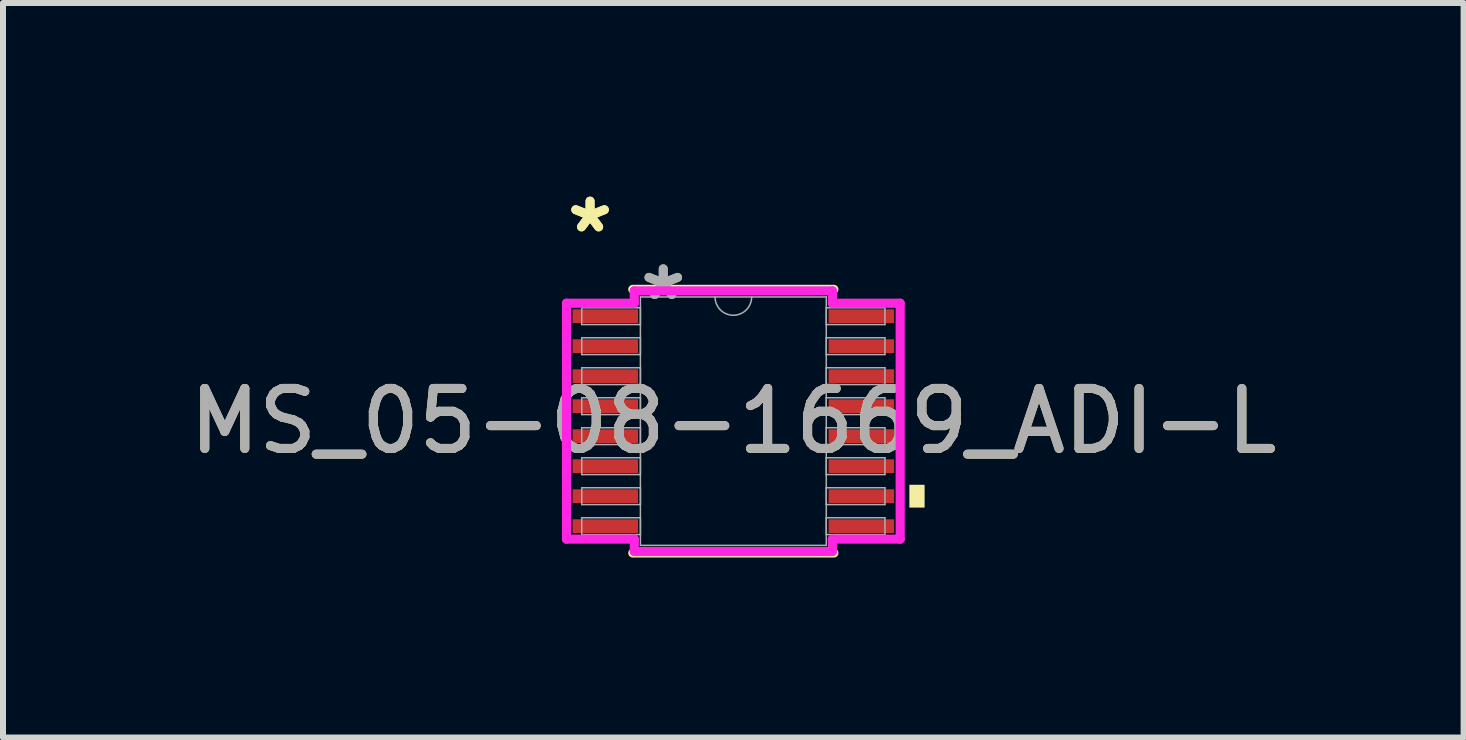
<source format=kicad_pcb>
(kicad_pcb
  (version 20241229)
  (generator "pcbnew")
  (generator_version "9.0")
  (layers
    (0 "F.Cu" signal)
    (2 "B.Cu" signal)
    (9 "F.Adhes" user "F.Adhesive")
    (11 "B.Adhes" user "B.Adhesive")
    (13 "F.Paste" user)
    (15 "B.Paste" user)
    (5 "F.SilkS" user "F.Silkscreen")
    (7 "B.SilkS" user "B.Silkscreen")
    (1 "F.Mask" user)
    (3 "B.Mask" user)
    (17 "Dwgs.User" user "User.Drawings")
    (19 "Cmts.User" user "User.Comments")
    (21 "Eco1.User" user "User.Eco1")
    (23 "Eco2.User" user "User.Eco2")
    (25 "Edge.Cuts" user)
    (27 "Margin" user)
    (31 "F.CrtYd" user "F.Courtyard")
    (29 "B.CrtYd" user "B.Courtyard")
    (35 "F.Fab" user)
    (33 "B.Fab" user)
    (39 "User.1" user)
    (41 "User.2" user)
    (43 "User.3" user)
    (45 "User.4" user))
  (footprint "MS_05-08-1669_ADI-L"
    (layer "F.Cu")
    (at 9.173 3.97)
    (property "Reference" "MS_05-08-1669_ADI-L" (at 0 0 0) (unlocked yes) (layer "F.SilkS") (effects (font (size 1 1) (thickness 0.15))))
    (attr smd)
    (fp_line (start -1.676 2.197) (end 1.676 2.197) (stroke (width 0.152) (type solid)) (layer "F.SilkS"))
    (fp_line (start 1.676 -2.197) (end -1.676 -2.197) (stroke (width 0.152) (type solid)) (layer "F.SilkS"))
    (fp_poly (pts (xy 3.188 1.06) (xy 3.188 1.44) (xy 2.934 1.44) (xy 2.934 1.06)) (stroke (width 0) (type solid)) (fill yes) (layer "F.SilkS"))
    (fp_line (start -2.781 -1.966) (end -1.651 -1.966) (stroke (width 0.152) (type solid)) (layer "F.CrtYd"))
    (fp_line (start -2.781 1.966) (end -2.781 -1.966) (stroke (width 0.152) (type solid)) (layer "F.CrtYd"))
    (fp_line (start -2.781 1.966) (end -1.651 1.966) (stroke (width 0.152) (type solid)) (layer "F.CrtYd"))
    (fp_line (start -1.651 -2.172) (end 1.651 -2.172) (stroke (width 0.152) (type solid)) (layer "F.CrtYd"))
    (fp_line (start -1.651 -1.966) (end -1.651 -2.172) (stroke (width 0.152) (type solid)) (layer "F.CrtYd"))
    (fp_line (start -1.651 2.172) (end -1.651 1.966) (stroke (width 0.152) (type solid)) (layer "F.CrtYd"))
    (fp_line (start 1.651 -2.172) (end 1.651 -1.966) (stroke (width 0.152) (type solid)) (layer "F.CrtYd"))
    (fp_line (start 1.651 1.966) (end 1.651 2.172) (stroke (width 0.152) (type solid)) (layer "F.CrtYd"))
    (fp_line (start 1.651 2.172) (end -1.651 2.172) (stroke (width 0.152) (type solid)) (layer "F.CrtYd"))
    (fp_line (start 2.781 -1.966) (end 1.651 -1.966) (stroke (width 0.152) (type solid)) (layer "F.CrtYd"))
    (fp_line (start 2.781 -1.966) (end 2.781 1.966) (stroke (width 0.152) (type solid)) (layer "F.CrtYd"))
    (fp_line (start 2.781 1.966) (end 1.651 1.966) (stroke (width 0.152) (type solid)) (layer "F.CrtYd"))
    (fp_line (start -2.527 -1.89) (end -2.527 -1.61) (stroke (width 0.025) (type solid)) (layer "F.Fab"))
    (fp_line (start -2.527 -1.61) (end -1.549 -1.61) (stroke (width 0.025) (type solid)) (layer "F.Fab"))
    (fp_line (start -2.527 -1.39) (end -2.527 -1.11) (stroke (width 0.025) (type solid)) (layer "F.Fab"))
    (fp_line (start -2.527 -1.11) (end -1.549 -1.11) (stroke (width 0.025) (type solid)) (layer "F.Fab"))
    (fp_line (start -2.527 -0.89) (end -2.527 -0.61) (stroke (width 0.025) (type solid)) (layer "F.Fab"))
    (fp_line (start -2.527 -0.61) (end -1.549 -0.61) (stroke (width 0.025) (type solid)) (layer "F.Fab"))
    (fp_line (start -2.527 -0.39) (end -2.527 -0.11) (stroke (width 0.025) (type solid)) (layer "F.Fab"))
    (fp_line (start -2.527 -0.11) (end -1.549 -0.11) (stroke (width 0.025) (type solid)) (layer "F.Fab"))
    (fp_line (start -2.527 0.11) (end -2.527 0.39) (stroke (width 0.025) (type solid)) (layer "F.Fab"))
    (fp_line (start -2.527 0.39) (end -1.549 0.39) (stroke (width 0.025) (type solid)) (layer "F.Fab"))
    (fp_line (start -2.527 0.61) (end -2.527 0.89) (stroke (width 0.025) (type solid)) (layer "F.Fab"))
    (fp_line (start -2.527 0.89) (end -1.549 0.89) (stroke (width 0.025) (type solid)) (layer "F.Fab"))
    (fp_line (start -2.527 1.11) (end -2.527 1.39) (stroke (width 0.025) (type solid)) (layer "F.Fab"))
    (fp_line (start -2.527 1.39) (end -1.549 1.39) (stroke (width 0.025) (type solid)) (layer "F.Fab"))
    (fp_line (start -2.527 1.61) (end -2.527 1.89) (stroke (width 0.025) (type solid)) (layer "F.Fab"))
    (fp_line (start -2.527 1.89) (end -1.549 1.89) (stroke (width 0.025) (type solid)) (layer "F.Fab"))
    (fp_line (start -1.549 -2.07) (end -1.549 2.07) (stroke (width 0.025) (type solid)) (layer "F.Fab"))
    (fp_line (start -1.549 -1.89) (end -2.527 -1.89) (stroke (width 0.025) (type solid)) (layer "F.Fab"))
    (fp_line (start -1.549 -1.61) (end -1.549 -1.89) (stroke (width 0.025) (type solid)) (layer "F.Fab"))
    (fp_line (start -1.549 -1.39) (end -2.527 -1.39) (stroke (width 0.025) (type solid)) (layer "F.Fab"))
    (fp_line (start -1.549 -1.11) (end -1.549 -1.39) (stroke (width 0.025) (type solid)) (layer "F.Fab"))
    (fp_line (start -1.549 -0.89) (end -2.527 -0.89) (stroke (width 0.025) (type solid)) (layer "F.Fab"))
    (fp_line (start -1.549 -0.61) (end -1.549 -0.89) (stroke (width 0.025) (type solid)) (layer "F.Fab"))
    (fp_line (start -1.549 -0.39) (end -2.527 -0.39) (stroke (width 0.025) (type solid)) (layer "F.Fab"))
    (fp_line (start -1.549 -0.11) (end -1.549 -0.39) (stroke (width 0.025) (type solid)) (layer "F.Fab"))
    (fp_line (start -1.549 0.11) (end -2.527 0.11) (stroke (width 0.025) (type solid)) (layer "F.Fab"))
    (fp_line (start -1.549 0.39) (end -1.549 0.11) (stroke (width 0.025) (type solid)) (layer "F.Fab"))
    (fp_line (start -1.549 0.61) (end -2.527 0.61) (stroke (width 0.025) (type solid)) (layer "F.Fab"))
    (fp_line (start -1.549 0.89) (end -1.549 0.61) (stroke (width 0.025) (type solid)) (layer "F.Fab"))
    (fp_line (start -1.549 1.11) (end -2.527 1.11) (stroke (width 0.025) (type solid)) (layer "F.Fab"))
    (fp_line (start -1.549 1.39) (end -1.549 1.11) (stroke (width 0.025) (type solid)) (layer "F.Fab"))
    (fp_line (start -1.549 1.61) (end -2.527 1.61) (stroke (width 0.025) (type solid)) (layer "F.Fab"))
    (fp_line (start -1.549 1.89) (end -1.549 1.61) (stroke (width 0.025) (type solid)) (layer "F.Fab"))
    (fp_line (start -1.549 2.07) (end 1.549 2.07) (stroke (width 0.025) (type solid)) (layer "F.Fab"))
    (fp_line (start 1.549 -2.07) (end -1.549 -2.07) (stroke (width 0.025) (type solid)) (layer "F.Fab"))
    (fp_line (start 1.549 -1.89) (end 1.549 -1.61) (stroke (width 0.025) (type solid)) (layer "F.Fab"))
    (fp_line (start 1.549 -1.61) (end 2.527 -1.61) (stroke (width 0.025) (type solid)) (layer "F.Fab"))
    (fp_line (start 1.549 -1.39) (end 1.549 -1.11) (stroke (width 0.025) (type solid)) (layer "F.Fab"))
    (fp_line (start 1.549 -1.11) (end 2.527 -1.11) (stroke (width 0.025) (type solid)) (layer "F.Fab"))
    (fp_line (start 1.549 -0.89) (end 1.549 -0.61) (stroke (width 0.025) (type solid)) (layer "F.Fab"))
    (fp_line (start 1.549 -0.61) (end 2.527 -0.61) (stroke (width 0.025) (type solid)) (layer "F.Fab"))
    (fp_line (start 1.549 -0.39) (end 1.549 -0.11) (stroke (width 0.025) (type solid)) (layer "F.Fab"))
    (fp_line (start 1.549 -0.11) (end 2.527 -0.11) (stroke (width 0.025) (type solid)) (layer "F.Fab"))
    (fp_line (start 1.549 0.11) (end 1.549 0.39) (stroke (width 0.025) (type solid)) (layer "F.Fab"))
    (fp_line (start 1.549 0.39) (end 2.527 0.39) (stroke (width 0.025) (type solid)) (layer "F.Fab"))
    (fp_line (start 1.549 0.61) (end 1.549 0.89) (stroke (width 0.025) (type solid)) (layer "F.Fab"))
    (fp_line (start 1.549 0.89) (end 2.527 0.89) (stroke (width 0.025) (type solid)) (layer "F.Fab"))
    (fp_line (start 1.549 1.11) (end 1.549 1.39) (stroke (width 0.025) (type solid)) (layer "F.Fab"))
    (fp_line (start 1.549 1.39) (end 2.527 1.39) (stroke (width 0.025) (type solid)) (layer "F.Fab"))
    (fp_line (start 1.549 1.61) (end 1.549 1.89) (stroke (width 0.025) (type solid)) (layer "F.Fab"))
    (fp_line (start 1.549 1.89) (end 2.527 1.89) (stroke (width 0.025) (type solid)) (layer "F.Fab"))
    (fp_line (start 1.549 2.07) (end 1.549 -2.07) (stroke (width 0.025) (type solid)) (layer "F.Fab"))
    (fp_line (start 2.527 -1.89) (end 1.549 -1.89) (stroke (width 0.025) (type solid)) (layer "F.Fab"))
    (fp_line (start 2.527 -1.61) (end 2.527 -1.89) (stroke (width 0.025) (type solid)) (layer "F.Fab"))
    (fp_line (start 2.527 -1.39) (end 1.549 -1.39) (stroke (width 0.025) (type solid)) (layer "F.Fab"))
    (fp_line (start 2.527 -1.11) (end 2.527 -1.39) (stroke (width 0.025) (type solid)) (layer "F.Fab"))
    (fp_line (start 2.527 -0.89) (end 1.549 -0.89) (stroke (width 0.025) (type solid)) (layer "F.Fab"))
    (fp_line (start 2.527 -0.61) (end 2.527 -0.89) (stroke (width 0.025) (type solid)) (layer "F.Fab"))
    (fp_line (start 2.527 -0.39) (end 1.549 -0.39) (stroke (width 0.025) (type solid)) (layer "F.Fab"))
    (fp_line (start 2.527 -0.11) (end 2.527 -0.39) (stroke (width 0.025) (type solid)) (layer "F.Fab"))
    (fp_line (start 2.527 0.11) (end 1.549 0.11) (stroke (width 0.025) (type solid)) (layer "F.Fab"))
    (fp_line (start 2.527 0.39) (end 2.527 0.11) (stroke (width 0.025) (type solid)) (layer "F.Fab"))
    (fp_line (start 2.527 0.61) (end 1.549 0.61) (stroke (width 0.025) (type solid)) (layer "F.Fab"))
    (fp_line (start 2.527 0.89) (end 2.527 0.61) (stroke (width 0.025) (type solid)) (layer "F.Fab"))
    (fp_line (start 2.527 1.11) (end 1.549 1.11) (stroke (width 0.025) (type solid)) (layer "F.Fab"))
    (fp_line (start 2.527 1.39) (end 2.527 1.11) (stroke (width 0.025) (type solid)) (layer "F.Fab"))
    (fp_line (start 2.527 1.61) (end 1.549 1.61) (stroke (width 0.025) (type solid)) (layer "F.Fab"))
    (fp_line (start 2.527 1.89) (end 2.527 1.61) (stroke (width 0.025) (type solid)) (layer "F.Fab"))
    (fp_arc (start 0.3048 -2.0701) (mid 0 -1.7653) (end -0.3048 -2.0701) (stroke (width 0.0254) (type solid)) (layer "F.Fab"))
    (fp_text user "*" (at -2.388 -3.122 0) (layer "F.SilkS") (effects (font (size 1 1) (thickness 0.15))))
    (fp_text user "*" (at -2.388 -3.122 0) (unlocked yes) (layer "F.SilkS") (effects (font (size 1 1) (thickness 0.15))))
    (fp_text user "*" (at -1.168 -1.994 0) (layer "F.Fab") (effects (font (size 1 1) (thickness 0.15))))
    (fp_text user "*" (at -1.168 -1.994 0) (unlocked yes) (layer "F.Fab") (effects (font (size 1 1) (thickness 0.15))))
    (fp_text user "${REFERENCE}" (at 0 0 0) (unlocked yes) (layer "F.Fab") (effects (font (size 1 1) (thickness 0.15))))
    (pad "1" smd rect (at -2.134 -1.75) (size 1.092 0.229) (layers "F.Cu" "F.Mask" "F.Paste"))
    (pad "2" smd rect (at -2.134 -1.25) (size 1.092 0.229) (layers "F.Cu" "F.Mask" "F.Paste"))
    (pad "3" smd rect (at -2.134 -0.75) (size 1.092 0.229) (layers "F.Cu" "F.Mask" "F.Paste"))
    (pad "4" smd rect (at -2.134 -0.25) (size 1.092 0.229) (layers "F.Cu" "F.Mask" "F.Paste"))
    (pad "5" smd rect (at -2.134 0.25) (size 1.092 0.229) (layers "F.Cu" "F.Mask" "F.Paste"))
    (pad "6" smd rect (at -2.134 0.75) (size 1.092 0.229) (layers "F.Cu" "F.Mask" "F.Paste"))
    (pad "7" smd rect (at -2.134 1.25) (size 1.092 0.229) (layers "F.Cu" "F.Mask" "F.Paste"))
    (pad "8" smd rect (at -2.134 1.75) (size 1.092 0.229) (layers "F.Cu" "F.Mask" "F.Paste"))
    (pad "9" smd rect (at 2.134 1.75) (size 1.092 0.229) (layers "F.Cu" "F.Mask" "F.Paste"))
    (pad "10" smd rect (at 2.134 1.25) (size 1.092 0.229) (layers "F.Cu" "F.Mask" "F.Paste"))
    (pad "11" smd rect (at 2.134 0.75) (size 1.092 0.229) (layers "F.Cu" "F.Mask" "F.Paste"))
    (pad "12" smd rect (at 2.134 0.25) (size 1.092 0.229) (layers "F.Cu" "F.Mask" "F.Paste"))
    (pad "13" smd rect (at 2.134 -0.25) (size 1.092 0.229) (layers "F.Cu" "F.Mask" "F.Paste"))
    (pad "14" smd rect (at 2.134 -0.75) (size 1.092 0.229) (layers "F.Cu" "F.Mask" "F.Paste"))
    (pad "15" smd rect (at 2.134 -1.25) (size 1.092 0.229) (layers "F.Cu" "F.Mask" "F.Paste"))
    (pad "16" smd rect (at 2.134 -1.75) (size 1.092 0.229) (layers "F.Cu" "F.Mask" "F.Paste")))
  (gr_rect
    (start -3 -3)
    (end 21.345 9.243)
    (stroke (width 0.1) (type default))
    (fill no)
    (layer "Edge.Cuts")))
</source>
